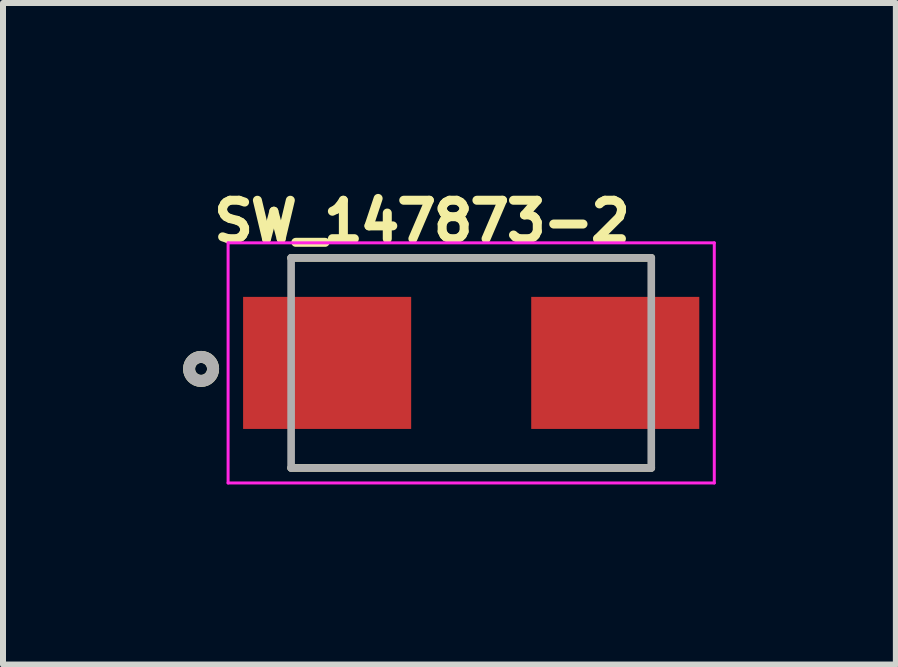
<source format=kicad_pcb>
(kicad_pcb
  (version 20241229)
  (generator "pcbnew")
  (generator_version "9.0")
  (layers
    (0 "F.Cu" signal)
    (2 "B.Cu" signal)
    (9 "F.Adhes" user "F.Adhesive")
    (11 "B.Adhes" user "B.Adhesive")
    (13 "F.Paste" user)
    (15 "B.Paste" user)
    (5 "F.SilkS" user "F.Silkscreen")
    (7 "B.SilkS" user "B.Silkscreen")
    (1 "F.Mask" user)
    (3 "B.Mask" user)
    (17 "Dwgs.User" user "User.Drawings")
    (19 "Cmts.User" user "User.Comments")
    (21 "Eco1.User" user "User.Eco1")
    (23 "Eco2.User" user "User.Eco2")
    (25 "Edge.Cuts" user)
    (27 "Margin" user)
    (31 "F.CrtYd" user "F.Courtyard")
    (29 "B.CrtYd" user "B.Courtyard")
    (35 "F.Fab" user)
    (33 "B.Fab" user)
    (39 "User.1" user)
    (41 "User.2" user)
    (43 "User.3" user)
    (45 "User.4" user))
  (footprint "SW_147873-2"
    (layer "F.Cu")
    (at 4.8 2.996)
    (property "Reference" "SW_147873-2" (at -0.819 -2.358 0) (layer "F.SilkS") (effects (font (size 0.64 0.64) (thickness 0.15))))
    (attr through_hole)
    (fp_line (start -3 -1.75) (end 3 -1.75) (stroke (width 0.127) (type solid)) (layer "F.SilkS"))
    (fp_line (start 3 1.75) (end -3 1.75) (stroke (width 0.127) (type solid)) (layer "F.SilkS"))
    (fp_circle (center -4.5 0.1) (end -4.3 0.1) (stroke (width 0.2) (type solid)) (fill no) (layer "F.SilkS"))
    (fp_line (start -4.05 -2) (end 4.05 -2) (stroke (width 0.05) (type solid)) (layer "F.CrtYd"))
    (fp_line (start -4.05 2) (end -4.05 -2) (stroke (width 0.05) (type solid)) (layer "F.CrtYd"))
    (fp_line (start 4.05 -2) (end 4.05 2) (stroke (width 0.05) (type solid)) (layer "F.CrtYd"))
    (fp_line (start 4.05 2) (end -4.05 2) (stroke (width 0.05) (type solid)) (layer "F.CrtYd"))
    (fp_line (start -3 -1.75) (end 3 -1.75) (stroke (width 0.127) (type solid)) (layer "F.Fab"))
    (fp_line (start -3 1.75) (end -3 -1.75) (stroke (width 0.127) (type solid)) (layer "F.Fab"))
    (fp_line (start 3 -1.75) (end 3 1.75) (stroke (width 0.127) (type solid)) (layer "F.Fab"))
    (fp_line (start 3 1.75) (end -3 1.75) (stroke (width 0.127) (type solid)) (layer "F.Fab"))
    (fp_circle (center -4.5 0.1) (end -4.3 0.1) (stroke (width 0.2) (type solid)) (fill no) (layer "F.Fab"))
    (pad "1" smd rect (at -2.4 0) (size 2.8 2.2) (layers "F.Cu" "F.Mask" "F.Paste"))
    (pad "2" smd rect (at 2.4 0) (size 2.8 2.2) (layers "F.Cu" "F.Mask" "F.Paste")))
  (gr_rect
    (start -3 -3)
    (end 11.875 8.021)
    (stroke (width 0.1) (type default))
    (fill no)
    (layer "Edge.Cuts")))
</source>
